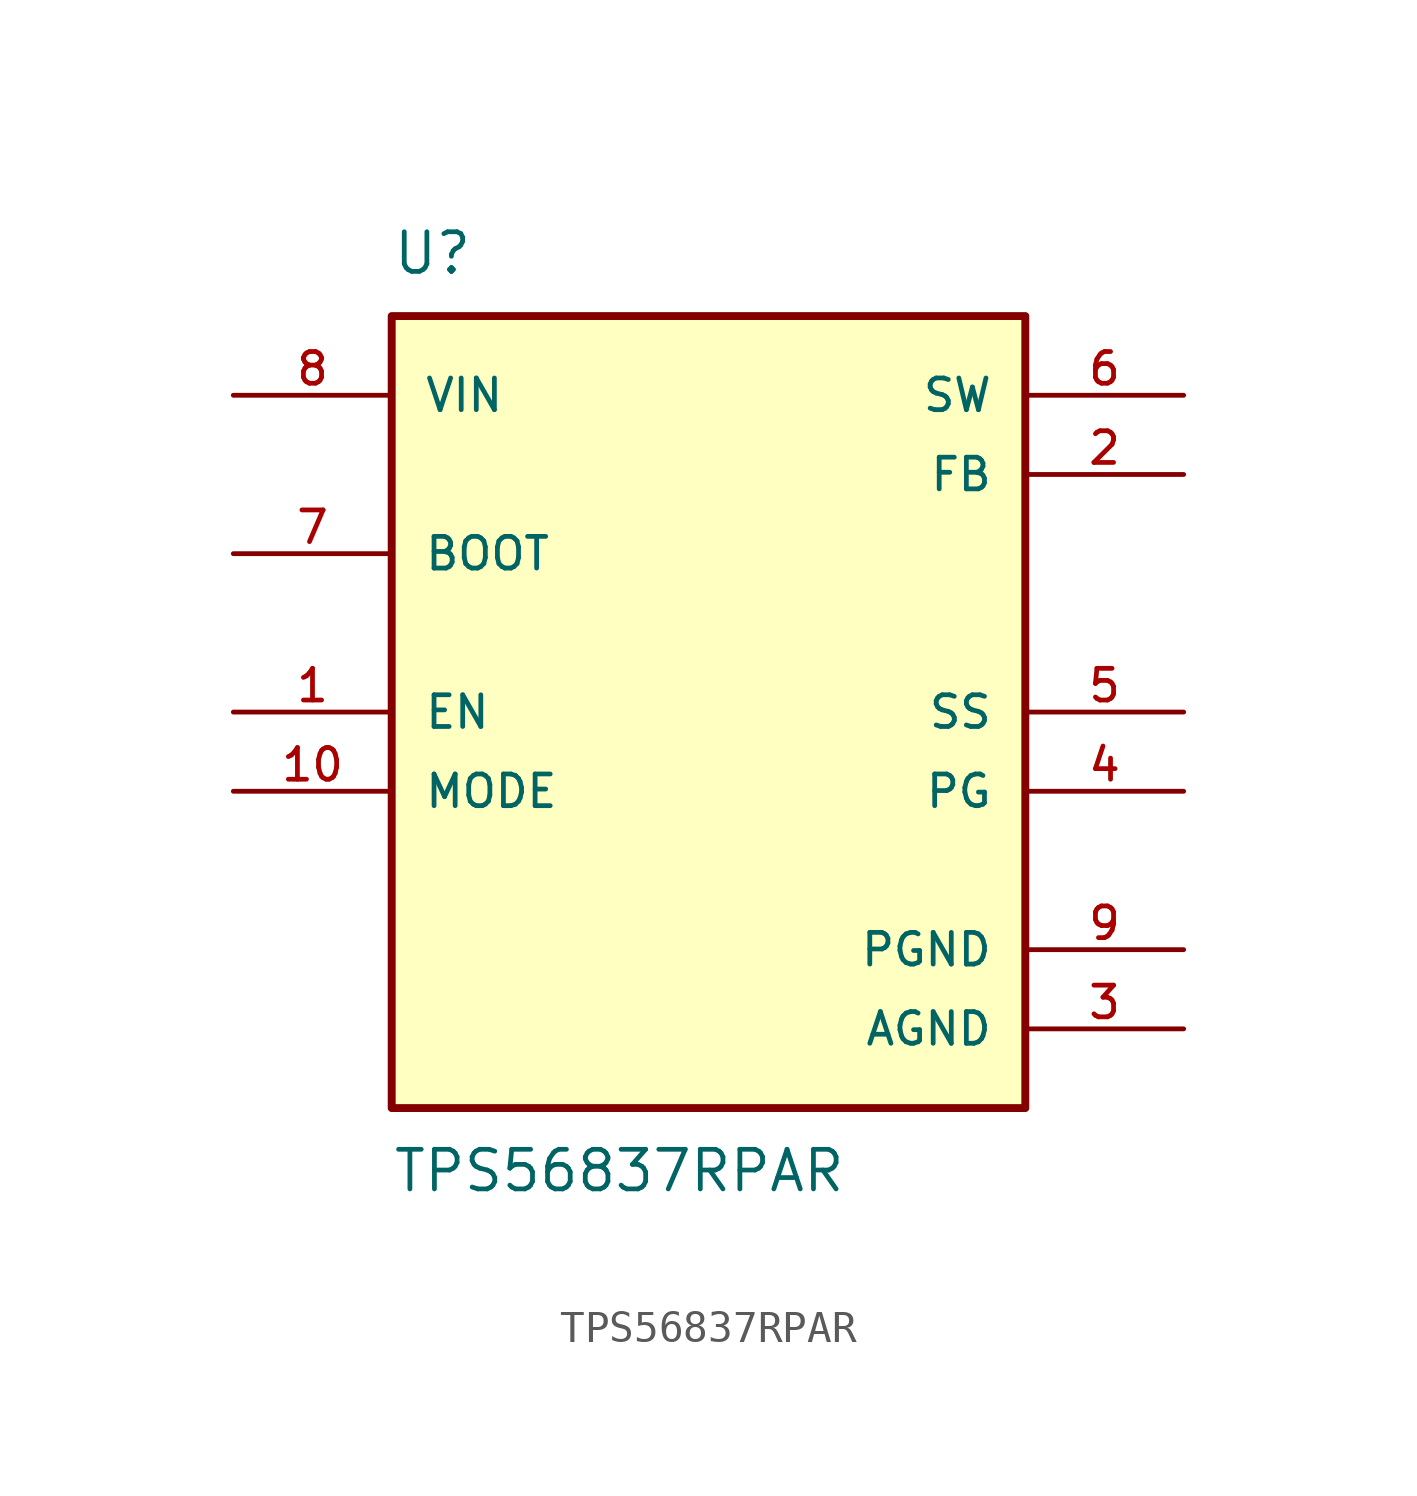
<source format=kicad_sym>
(kicad_symbol_lib
  (version 20211014)
  (generator kicad_symbol_editor)
  (symbol "TPS56837RPAR"
    (pin_names
      (offset 1.016))
    (property "Reference" "U"
      (at -10.16 13.97 0)
      (effects (font (size 1.27 1.27)) (justify bottom left)))
    (property "Value" "TPS56837RPAR"
      (at -10.16 -13.97 0)
      (effects (font (size 1.27 1.27)) (justify top left)))
    (symbol "TPS56837RPAR_0_0"
      (rectangle (start -10.16 -12.7) (end 10.16 12.7) (stroke (width 0.254)) (fill (type background)))
      (pin input line (at -15.24 0.0 0) (length 5.08) (name "EN" (effects (font (size 1.016 1.016)))) (number "1" (effects (font (size 1.016 1.016)))))
      (pin input line (at 15.24 7.62 180.0) (length 5.08) (name "FB" (effects (font (size 1.016 1.016)))) (number "2" (effects (font (size 1.016 1.016)))))
      (pin power_in line (at 15.24 -10.16 180.0) (length 5.08) (name "AGND" (effects (font (size 1.016 1.016)))) (number "3" (effects (font (size 1.016 1.016)))))
      (pin output line (at 15.24 -2.54 180.0) (length 5.08) (name "PG" (effects (font (size 1.016 1.016)))) (number "4" (effects (font (size 1.016 1.016)))))
      (pin output line (at 15.24 10.16 180.0) (length 5.08) (name "SW" (effects (font (size 1.016 1.016)))) (number "6" (effects (font (size 1.016 1.016)))))
      (pin input line (at -15.24 5.08 0) (length 5.08) (name "BOOT" (effects (font (size 1.016 1.016)))) (number "7" (effects (font (size 1.016 1.016)))))
      (pin input line (at -15.24 10.16 0) (length 5.08) (name "VIN" (effects (font (size 1.016 1.016)))) (number "8" (effects (font (size 1.016 1.016)))))
      (pin power_in line (at 15.24 -7.62 180.0) (length 5.08) (name "PGND" (effects (font (size 1.016 1.016)))) (number "9" (effects (font (size 1.016 1.016)))))
      (pin input line (at -15.24 -2.54 0) (length 5.08) (name "MODE" (effects (font (size 1.016 1.016)))) (number "10" (effects (font (size 1.016 1.016)))))
      (pin output line (at 15.24 0.0 180.0) (length 5.08) (name "SS" (effects (font (size 1.016 1.016)))) (number "5" (effects (font (size 1.016 1.016))))))))
</source>
